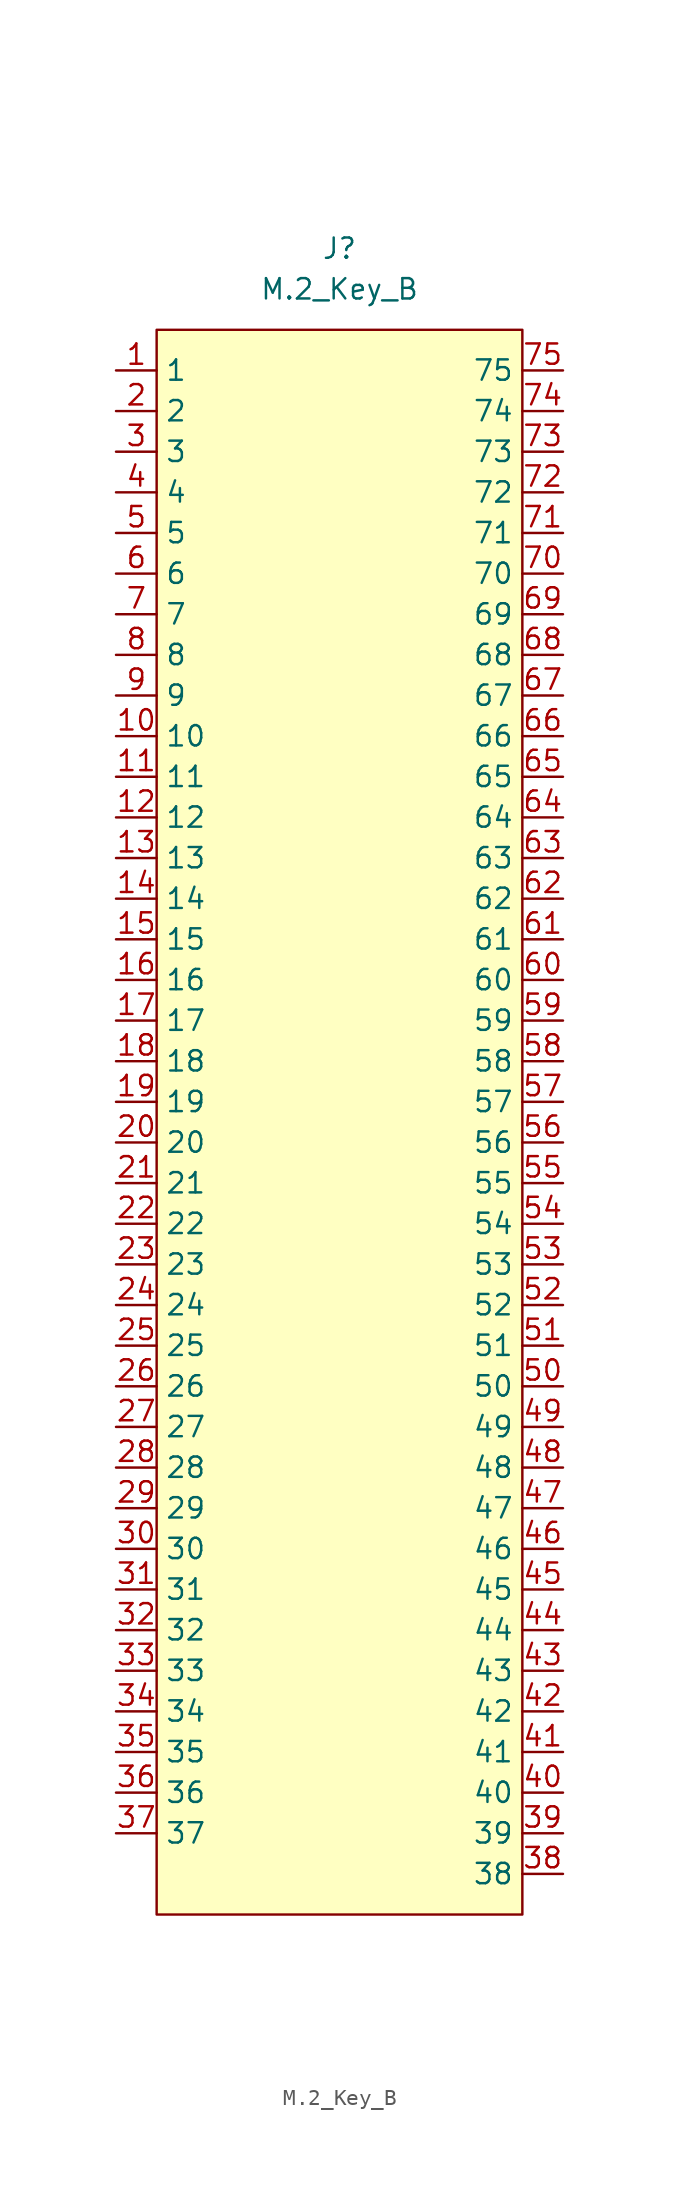
<source format=kicad_sym>
(kicad_symbol_lib
  (version 20211014)
  (generator kicad_symbol_editor)
  (symbol "M.2_Key_B"
    (property "Reference" "J"
      (at 0 5.08 0)
      (effects (font (size 1.27 1.27))))
    (property "Value" "M.2_Key_B"
      (at 0 2.54 0)
      (effects (font (size 1.27 1.27))))
    (symbol "M.2_Key_B_0_1"
      (rectangle (start -11.43 0) (end 11.43 -99.06) (stroke (width 0) (type default) (color 0 0 0 0)) (fill (type background))))
    (symbol "M.2_Key_B_1_1"
      (pin bidirectional line (at -13.97 -2.54 0) (length 2.54) (name "1" (effects (font (size 1.27 1.27)))) (number "1" (effects (font (size 1.27 1.27)))))
      (pin bidirectional line (at -13.97 -25.4 0) (length 2.54) (name "10" (effects (font (size 1.27 1.27)))) (number "10" (effects (font (size 1.27 1.27)))))
      (pin bidirectional line (at -13.97 -27.94 0) (length 2.54) (name "11" (effects (font (size 1.27 1.27)))) (number "11" (effects (font (size 1.27 1.27)))))
      (pin bidirectional line (at -13.97 -30.48 0) (length 2.54) (name "12" (effects (font (size 1.27 1.27)))) (number "12" (effects (font (size 1.27 1.27)))))
      (pin bidirectional line (at -13.97 -33.02 0) (length 2.54) (name "13" (effects (font (size 1.27 1.27)))) (number "13" (effects (font (size 1.27 1.27)))))
      (pin bidirectional line (at -13.97 -35.56 0) (length 2.54) (name "14" (effects (font (size 1.27 1.27)))) (number "14" (effects (font (size 1.27 1.27)))))
      (pin bidirectional line (at -13.97 -38.1 0) (length 2.54) (name "15" (effects (font (size 1.27 1.27)))) (number "15" (effects (font (size 1.27 1.27)))))
      (pin bidirectional line (at -13.97 -40.64 0) (length 2.54) (name "16" (effects (font (size 1.27 1.27)))) (number "16" (effects (font (size 1.27 1.27)))))
      (pin bidirectional line (at -13.97 -43.18 0) (length 2.54) (name "17" (effects (font (size 1.27 1.27)))) (number "17" (effects (font (size 1.27 1.27)))))
      (pin bidirectional line (at -13.97 -45.72 0) (length 2.54) (name "18" (effects (font (size 1.27 1.27)))) (number "18" (effects (font (size 1.27 1.27)))))
      (pin bidirectional line (at -13.97 -48.26 0) (length 2.54) (name "19" (effects (font (size 1.27 1.27)))) (number "19" (effects (font (size 1.27 1.27)))))
      (pin bidirectional line (at -13.97 -5.08 0) (length 2.54) (name "2" (effects (font (size 1.27 1.27)))) (number "2" (effects (font (size 1.27 1.27)))))
      (pin bidirectional line (at -13.97 -50.8 0) (length 2.54) (name "20" (effects (font (size 1.27 1.27)))) (number "20" (effects (font (size 1.27 1.27)))))
      (pin bidirectional line (at -13.97 -53.34 0) (length 2.54) (name "21" (effects (font (size 1.27 1.27)))) (number "21" (effects (font (size 1.27 1.27)))))
      (pin bidirectional line (at -13.97 -55.88 0) (length 2.54) (name "22" (effects (font (size 1.27 1.27)))) (number "22" (effects (font (size 1.27 1.27)))))
      (pin bidirectional line (at -13.97 -58.42 0) (length 2.54) (name "23" (effects (font (size 1.27 1.27)))) (number "23" (effects (font (size 1.27 1.27)))))
      (pin bidirectional line (at -13.97 -60.96 0) (length 2.54) (name "24" (effects (font (size 1.27 1.27)))) (number "24" (effects (font (size 1.27 1.27)))))
      (pin bidirectional line (at -13.97 -63.5 0) (length 2.54) (name "25" (effects (font (size 1.27 1.27)))) (number "25" (effects (font (size 1.27 1.27)))))
      (pin bidirectional line (at -13.97 -66.04 0) (length 2.54) (name "26" (effects (font (size 1.27 1.27)))) (number "26" (effects (font (size 1.27 1.27)))))
      (pin bidirectional line (at -13.97 -68.58 0) (length 2.54) (name "27" (effects (font (size 1.27 1.27)))) (number "27" (effects (font (size 1.27 1.27)))))
      (pin bidirectional line (at -13.97 -71.12 0) (length 2.54) (name "28" (effects (font (size 1.27 1.27)))) (number "28" (effects (font (size 1.27 1.27)))))
      (pin bidirectional line (at -13.97 -73.66 0) (length 2.54) (name "29" (effects (font (size 1.27 1.27)))) (number "29" (effects (font (size 1.27 1.27)))))
      (pin bidirectional line (at -13.97 -7.62 0) (length 2.54) (name "3" (effects (font (size 1.27 1.27)))) (number "3" (effects (font (size 1.27 1.27)))))
      (pin bidirectional line (at -13.97 -76.2 0) (length 2.54) (name "30" (effects (font (size 1.27 1.27)))) (number "30" (effects (font (size 1.27 1.27)))))
      (pin bidirectional line (at -13.97 -78.74 0) (length 2.54) (name "31" (effects (font (size 1.27 1.27)))) (number "31" (effects (font (size 1.27 1.27)))))
      (pin bidirectional line (at -13.97 -81.28 0) (length 2.54) (name "32" (effects (font (size 1.27 1.27)))) (number "32" (effects (font (size 1.27 1.27)))))
      (pin bidirectional line (at -13.97 -83.82 0) (length 2.54) (name "33" (effects (font (size 1.27 1.27)))) (number "33" (effects (font (size 1.27 1.27)))))
      (pin bidirectional line (at -13.97 -86.36 0) (length 2.54) (name "34" (effects (font (size 1.27 1.27)))) (number "34" (effects (font (size 1.27 1.27)))))
      (pin bidirectional line (at -13.97 -88.9 0) (length 2.54) (name "35" (effects (font (size 1.27 1.27)))) (number "35" (effects (font (size 1.27 1.27)))))
      (pin bidirectional line (at -13.97 -91.44 0) (length 2.54) (name "36" (effects (font (size 1.27 1.27)))) (number "36" (effects (font (size 1.27 1.27)))))
      (pin bidirectional line (at -13.97 -93.98 0) (length 2.54) (name "37" (effects (font (size 1.27 1.27)))) (number "37" (effects (font (size 1.27 1.27)))))
      (pin bidirectional line (at 13.97 -96.52 180) (length 2.54) (name "38" (effects (font (size 1.27 1.27)))) (number "38" (effects (font (size 1.27 1.27)))))
      (pin bidirectional line (at 13.97 -93.98 180) (length 2.54) (name "39" (effects (font (size 1.27 1.27)))) (number "39" (effects (font (size 1.27 1.27)))))
      (pin bidirectional line (at -13.97 -10.16 0) (length 2.54) (name "4" (effects (font (size 1.27 1.27)))) (number "4" (effects (font (size 1.27 1.27)))))
      (pin bidirectional line (at 13.97 -91.44 180) (length 2.54) (name "40" (effects (font (size 1.27 1.27)))) (number "40" (effects (font (size 1.27 1.27)))))
      (pin bidirectional line (at 13.97 -88.9 180) (length 2.54) (name "41" (effects (font (size 1.27 1.27)))) (number "41" (effects (font (size 1.27 1.27)))))
      (pin bidirectional line (at 13.97 -86.36 180) (length 2.54) (name "42" (effects (font (size 1.27 1.27)))) (number "42" (effects (font (size 1.27 1.27)))))
      (pin bidirectional line (at 13.97 -83.82 180) (length 2.54) (name "43" (effects (font (size 1.27 1.27)))) (number "43" (effects (font (size 1.27 1.27)))))
      (pin bidirectional line (at 13.97 -81.28 180) (length 2.54) (name "44" (effects (font (size 1.27 1.27)))) (number "44" (effects (font (size 1.27 1.27)))))
      (pin bidirectional line (at 13.97 -78.74 180) (length 2.54) (name "45" (effects (font (size 1.27 1.27)))) (number "45" (effects (font (size 1.27 1.27)))))
      (pin bidirectional line (at 13.97 -76.2 180) (length 2.54) (name "46" (effects (font (size 1.27 1.27)))) (number "46" (effects (font (size 1.27 1.27)))))
      (pin bidirectional line (at 13.97 -73.66 180) (length 2.54) (name "47" (effects (font (size 1.27 1.27)))) (number "47" (effects (font (size 1.27 1.27)))))
      (pin bidirectional line (at 13.97 -71.12 180) (length 2.54) (name "48" (effects (font (size 1.27 1.27)))) (number "48" (effects (font (size 1.27 1.27)))))
      (pin bidirectional line (at 13.97 -68.58 180) (length 2.54) (name "49" (effects (font (size 1.27 1.27)))) (number "49" (effects (font (size 1.27 1.27)))))
      (pin bidirectional line (at -13.97 -12.7 0) (length 2.54) (name "5" (effects (font (size 1.27 1.27)))) (number "5" (effects (font (size 1.27 1.27)))))
      (pin bidirectional line (at 13.97 -66.04 180) (length 2.54) (name "50" (effects (font (size 1.27 1.27)))) (number "50" (effects (font (size 1.27 1.27)))))
      (pin bidirectional line (at 13.97 -63.5 180) (length 2.54) (name "51" (effects (font (size 1.27 1.27)))) (number "51" (effects (font (size 1.27 1.27)))))
      (pin bidirectional line (at 13.97 -60.96 180) (length 2.54) (name "52" (effects (font (size 1.27 1.27)))) (number "52" (effects (font (size 1.27 1.27)))))
      (pin bidirectional line (at 13.97 -58.42 180) (length 2.54) (name "53" (effects (font (size 1.27 1.27)))) (number "53" (effects (font (size 1.27 1.27)))))
      (pin bidirectional line (at 13.97 -55.88 180) (length 2.54) (name "54" (effects (font (size 1.27 1.27)))) (number "54" (effects (font (size 1.27 1.27)))))
      (pin bidirectional line (at 13.97 -53.34 180) (length 2.54) (name "55" (effects (font (size 1.27 1.27)))) (number "55" (effects (font (size 1.27 1.27)))))
      (pin bidirectional line (at 13.97 -50.8 180) (length 2.54) (name "56" (effects (font (size 1.27 1.27)))) (number "56" (effects (font (size 1.27 1.27)))))
      (pin bidirectional line (at 13.97 -48.26 180) (length 2.54) (name "57" (effects (font (size 1.27 1.27)))) (number "57" (effects (font (size 1.27 1.27)))))
      (pin bidirectional line (at 13.97 -45.72 180) (length 2.54) (name "58" (effects (font (size 1.27 1.27)))) (number "58" (effects (font (size 1.27 1.27)))))
      (pin bidirectional line (at 13.97 -43.18 180) (length 2.54) (name "59" (effects (font (size 1.27 1.27)))) (number "59" (effects (font (size 1.27 1.27)))))
      (pin bidirectional line (at -13.97 -15.24 0) (length 2.54) (name "6" (effects (font (size 1.27 1.27)))) (number "6" (effects (font (size 1.27 1.27)))))
      (pin bidirectional line (at 13.97 -40.64 180) (length 2.54) (name "60" (effects (font (size 1.27 1.27)))) (number "60" (effects (font (size 1.27 1.27)))))
      (pin bidirectional line (at 13.97 -38.1 180) (length 2.54) (name "61" (effects (font (size 1.27 1.27)))) (number "61" (effects (font (size 1.27 1.27)))))
      (pin bidirectional line (at 13.97 -35.56 180) (length 2.54) (name "62" (effects (font (size 1.27 1.27)))) (number "62" (effects (font (size 1.27 1.27)))))
      (pin bidirectional line (at 13.97 -33.02 180) (length 2.54) (name "63" (effects (font (size 1.27 1.27)))) (number "63" (effects (font (size 1.27 1.27)))))
      (pin bidirectional line (at 13.97 -30.48 180) (length 2.54) (name "64" (effects (font (size 1.27 1.27)))) (number "64" (effects (font (size 1.27 1.27)))))
      (pin bidirectional line (at 13.97 -27.94 180) (length 2.54) (name "65" (effects (font (size 1.27 1.27)))) (number "65" (effects (font (size 1.27 1.27)))))
      (pin bidirectional line (at 13.97 -25.4 180) (length 2.54) (name "66" (effects (font (size 1.27 1.27)))) (number "66" (effects (font (size 1.27 1.27)))))
      (pin bidirectional line (at 13.97 -22.86 180) (length 2.54) (name "67" (effects (font (size 1.27 1.27)))) (number "67" (effects (font (size 1.27 1.27)))))
      (pin bidirectional line (at 13.97 -20.32 180) (length 2.54) (name "68" (effects (font (size 1.27 1.27)))) (number "68" (effects (font (size 1.27 1.27)))))
      (pin bidirectional line (at 13.97 -17.78 180) (length 2.54) (name "69" (effects (font (size 1.27 1.27)))) (number "69" (effects (font (size 1.27 1.27)))))
      (pin bidirectional line (at -13.97 -17.78 0) (length 2.54) (name "7" (effects (font (size 1.27 1.27)))) (number "7" (effects (font (size 1.27 1.27)))))
      (pin bidirectional line (at 13.97 -15.24 180) (length 2.54) (name "70" (effects (font (size 1.27 1.27)))) (number "70" (effects (font (size 1.27 1.27)))))
      (pin bidirectional line (at 13.97 -12.7 180) (length 2.54) (name "71" (effects (font (size 1.27 1.27)))) (number "71" (effects (font (size 1.27 1.27)))))
      (pin bidirectional line (at 13.97 -10.16 180) (length 2.54) (name "72" (effects (font (size 1.27 1.27)))) (number "72" (effects (font (size 1.27 1.27)))))
      (pin bidirectional line (at 13.97 -7.62 180) (length 2.54) (name "73" (effects (font (size 1.27 1.27)))) (number "73" (effects (font (size 1.27 1.27)))))
      (pin bidirectional line (at 13.97 -5.08 180) (length 2.54) (name "74" (effects (font (size 1.27 1.27)))) (number "74" (effects (font (size 1.27 1.27)))))
      (pin bidirectional line (at 13.97 -2.54 180) (length 2.54) (name "75" (effects (font (size 1.27 1.27)))) (number "75" (effects (font (size 1.27 1.27)))))
      (pin bidirectional line (at -13.97 -20.32 0) (length 2.54) (name "8" (effects (font (size 1.27 1.27)))) (number "8" (effects (font (size 1.27 1.27)))))
      (pin bidirectional line (at -13.97 -22.86 0) (length 2.54) (name "9" (effects (font (size 1.27 1.27)))) (number "9" (effects (font (size 1.27 1.27))))))))
</source>
